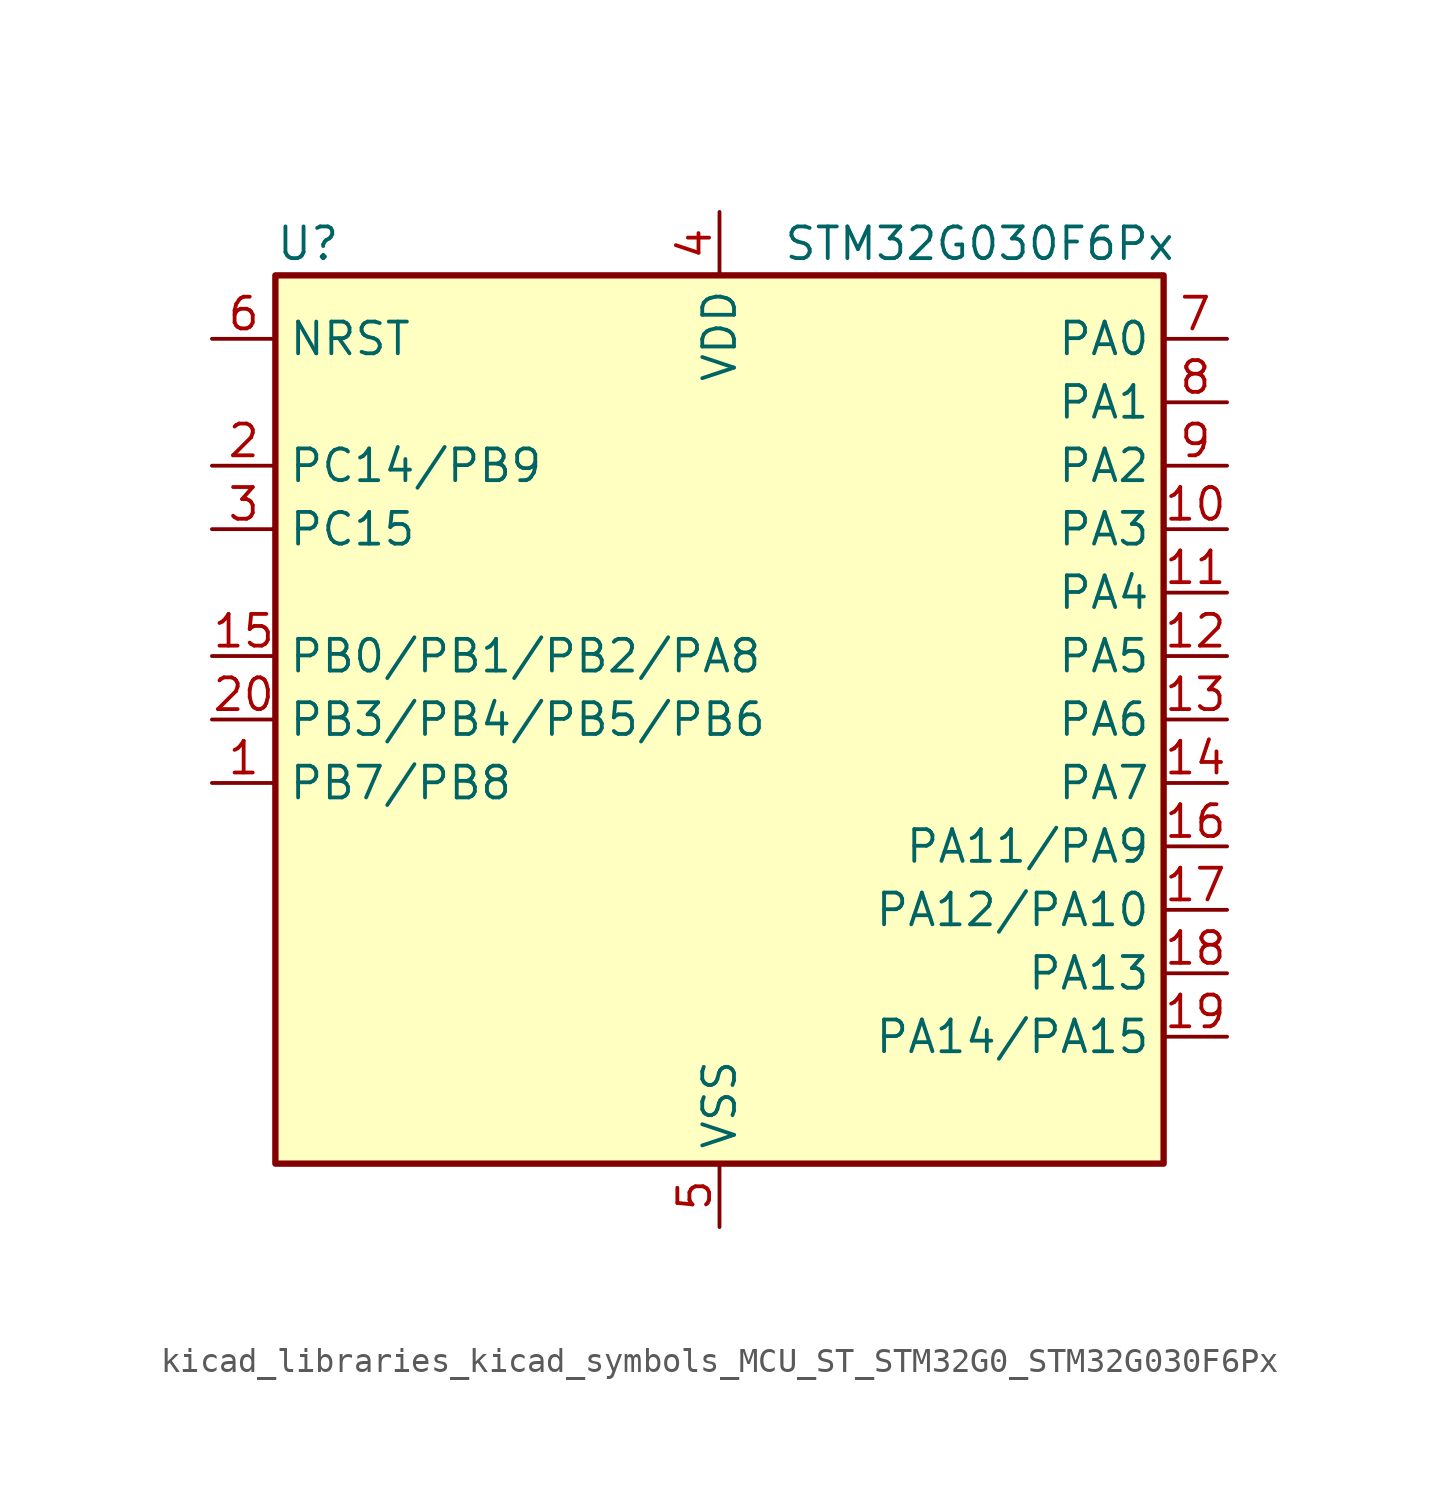
<source format=kicad_sym>
(kicad_symbol_lib
  (version 20220914)
  (generator kicad_symbol_editor)
  (symbol "kicad_libraries_kicad_symbols_MCU_ST_STM32G0_STM32G030F6Px"
    (property "Reference" "U"
      (at -17.78 19.05 0)
      (effects (font (size 1.27 1.27)) (justify left)))
    (property "Value" "STM32G030F6Px"
      (at 2.54 19.05 0)
      (effects (font (size 1.27 1.27)) (justify left)))
    (property "ki_locked" ""
      (at 0 0 0)
      (effects (font (size 1.27 1.27))))
    (symbol "kicad_libraries_kicad_symbols_MCU_ST_STM32G0_STM32G030F6Px_0_1"
      (rectangle (start -17.78 -17.78) (end 17.78 17.78) (stroke (width 0.254) (type default)) (fill (type background))))
    (symbol "kicad_libraries_kicad_symbols_MCU_ST_STM32G0_STM32G030F6Px_1_1"
      (pin bidirectional line (at -20.32 -2.54 0) (length 2.54) (name "PB7/PB8" (effects (font (size 1.27 1.27)))) (number "1" (effects (font (size 1.27 1.27)))) (alternate "ADC1_IN11" bidirectional line) (alternate "I2C1_SDA" bidirectional line) (alternate "SPI2_MOSI" bidirectional line) (alternate "SYS_PVD_IN" bidirectional line) (alternate "TIM17_CH1N" bidirectional line) (alternate "USART1_RX" bidirectional line))
      (pin bidirectional line (at 20.32 7.62 180) (length 2.54) (name "PA3" (effects (font (size 1.27 1.27)))) (number "10" (effects (font (size 1.27 1.27)))) (alternate "ADC1_IN3" bidirectional line) (alternate "SPI2_MISO" bidirectional line) (alternate "USART2_RX" bidirectional line))
      (pin bidirectional line (at 20.32 5.08 180) (length 2.54) (name "PA4" (effects (font (size 1.27 1.27)))) (number "11" (effects (font (size 1.27 1.27)))) (alternate "ADC1_IN4" bidirectional line) (alternate "I2S1_WS" bidirectional line) (alternate "RTC_OUT_ALARM" bidirectional line) (alternate "RTC_OUT_CALIB" bidirectional line) (alternate "RTC_TAMP_IN1" bidirectional line) (alternate "RTC_TS" bidirectional line) (alternate "SPI1_NSS" bidirectional line) (alternate "SPI2_MOSI" bidirectional line) (alternate "SYS_WKUP2" bidirectional line) (alternate "TIM14_CH1" bidirectional line))
      (pin bidirectional line (at 20.32 2.54 180) (length 2.54) (name "PA5" (effects (font (size 1.27 1.27)))) (number "12" (effects (font (size 1.27 1.27)))) (alternate "ADC1_IN5" bidirectional line) (alternate "I2S1_CK" bidirectional line) (alternate "SPI1_SCK" bidirectional line))
      (pin bidirectional line (at 20.32 0 180) (length 2.54) (name "PA6" (effects (font (size 1.27 1.27)))) (number "13" (effects (font (size 1.27 1.27)))) (alternate "ADC1_IN6" bidirectional line) (alternate "I2S1_MCK" bidirectional line) (alternate "SPI1_MISO" bidirectional line) (alternate "TIM16_CH1" bidirectional line) (alternate "TIM1_BK" bidirectional line) (alternate "TIM3_CH1" bidirectional line))
      (pin bidirectional line (at 20.32 -2.54 180) (length 2.54) (name "PA7" (effects (font (size 1.27 1.27)))) (number "14" (effects (font (size 1.27 1.27)))) (alternate "ADC1_IN7" bidirectional line) (alternate "I2S1_SD" bidirectional line) (alternate "SPI1_MOSI" bidirectional line) (alternate "TIM14_CH1" bidirectional line) (alternate "TIM17_CH1" bidirectional line) (alternate "TIM1_CH1N" bidirectional line) (alternate "TIM3_CH2" bidirectional line))
      (pin bidirectional line (at -20.32 2.54 0) (length 2.54) (name "PB0/PB1/PB2/PA8" (effects (font (size 1.27 1.27)))) (number "15" (effects (font (size 1.27 1.27)))) (alternate "ADC1_IN8" bidirectional line) (alternate "I2S1_WS" bidirectional line) (alternate "SPI1_NSS" bidirectional line) (alternate "TIM1_CH2N" bidirectional line) (alternate "TIM3_CH3" bidirectional line))
      (pin bidirectional line (at 20.32 -5.08 180) (length 2.54) (name "PA11/PA9" (effects (font (size 1.27 1.27)))) (number "16" (effects (font (size 1.27 1.27)))) (alternate "ADC1_EXTI11" bidirectional line) (alternate "ADC1_IN15" bidirectional line) (alternate "I2C2_SCL" bidirectional line) (alternate "I2S1_MCK" bidirectional line) (alternate "SPI1_MISO" bidirectional line) (alternate "TIM1_BK2" bidirectional line) (alternate "TIM1_CH4" bidirectional line) (alternate "USART1_CTS" bidirectional line) (alternate "USART1_NSS" bidirectional line))
      (pin bidirectional line (at 20.32 -7.62 180) (length 2.54) (name "PA12/PA10" (effects (font (size 1.27 1.27)))) (number "17" (effects (font (size 1.27 1.27)))) (alternate "ADC1_IN16" bidirectional line) (alternate "I2C2_SDA" bidirectional line) (alternate "I2S1_SD" bidirectional line) (alternate "I2S_CKIN" bidirectional line) (alternate "SPI1_MOSI" bidirectional line) (alternate "TIM1_ETR" bidirectional line) (alternate "USART1_CK" bidirectional line) (alternate "USART1_DE" bidirectional line) (alternate "USART1_RTS" bidirectional line))
      (pin bidirectional line (at 20.32 -10.16 180) (length 2.54) (name "PA13" (effects (font (size 1.27 1.27)))) (number "18" (effects (font (size 1.27 1.27)))) (alternate "ADC1_IN17" bidirectional line) (alternate "IR_OUT" bidirectional line) (alternate "SYS_SWDIO" bidirectional line))
      (pin bidirectional line (at 20.32 -12.7 180) (length 2.54) (name "PA14/PA15" (effects (font (size 1.27 1.27)))) (number "19" (effects (font (size 1.27 1.27)))) (alternate "ADC1_IN18" bidirectional line) (alternate "SYS_SWCLK" bidirectional line) (alternate "USART2_TX" bidirectional line))
      (pin bidirectional line (at -20.32 10.16 0) (length 2.54) (name "PC14/PB9" (effects (font (size 1.27 1.27)))) (number "2" (effects (font (size 1.27 1.27)))) (alternate "RCC_OSC32_IN" bidirectional line) (alternate "RCC_OSC_IN" bidirectional line) (alternate "TIM1_BK2" bidirectional line))
      (pin bidirectional line (at -20.32 0 0) (length 2.54) (name "PB3/PB4/PB5/PB6" (effects (font (size 1.27 1.27)))) (number "20" (effects (font (size 1.27 1.27)))) (alternate "I2S1_CK" bidirectional line) (alternate "SPI1_SCK" bidirectional line) (alternate "TIM1_CH2" bidirectional line) (alternate "USART1_CK" bidirectional line) (alternate "USART1_DE" bidirectional line) (alternate "USART1_RTS" bidirectional line))
      (pin bidirectional line (at -20.32 7.62 0) (length 2.54) (name "PC15" (effects (font (size 1.27 1.27)))) (number "3" (effects (font (size 1.27 1.27)))) (alternate "RCC_OSC32_EN" bidirectional line) (alternate "RCC_OSC32_OUT" bidirectional line) (alternate "RCC_OSC_EN" bidirectional line))
      (pin power_in line (at 0 20.32 270) (length 2.54) (name "VDD" (effects (font (size 1.27 1.27)))) (number "4" (effects (font (size 1.27 1.27)))))
      (pin power_in line (at 0 -20.32 90) (length 2.54) (name "VSS" (effects (font (size 1.27 1.27)))) (number "5" (effects (font (size 1.27 1.27)))))
      (pin input line (at -20.32 15.24 0) (length 2.54) (name "NRST" (effects (font (size 1.27 1.27)))) (number "6" (effects (font (size 1.27 1.27)))))
      (pin bidirectional line (at 20.32 15.24 180) (length 2.54) (name "PA0" (effects (font (size 1.27 1.27)))) (number "7" (effects (font (size 1.27 1.27)))) (alternate "ADC1_IN0" bidirectional line) (alternate "RTC_TAMP_IN2" bidirectional line) (alternate "SPI2_SCK" bidirectional line) (alternate "SYS_WKUP1" bidirectional line) (alternate "USART2_CTS" bidirectional line) (alternate "USART2_NSS" bidirectional line))
      (pin bidirectional line (at 20.32 12.7 180) (length 2.54) (name "PA1" (effects (font (size 1.27 1.27)))) (number "8" (effects (font (size 1.27 1.27)))) (alternate "ADC1_IN1" bidirectional line) (alternate "I2C1_SMBA" bidirectional line) (alternate "I2S1_CK" bidirectional line) (alternate "SPI1_SCK" bidirectional line) (alternate "USART2_CK" bidirectional line) (alternate "USART2_DE" bidirectional line) (alternate "USART2_RTS" bidirectional line))
      (pin bidirectional line (at 20.32 10.16 180) (length 2.54) (name "PA2" (effects (font (size 1.27 1.27)))) (number "9" (effects (font (size 1.27 1.27)))) (alternate "ADC1_IN2" bidirectional line) (alternate "I2S1_SD" bidirectional line) (alternate "RCC_LSCO" bidirectional line) (alternate "SPI1_MOSI" bidirectional line) (alternate "SYS_WKUP4" bidirectional line) (alternate "USART2_TX" bidirectional line)))))
</source>
